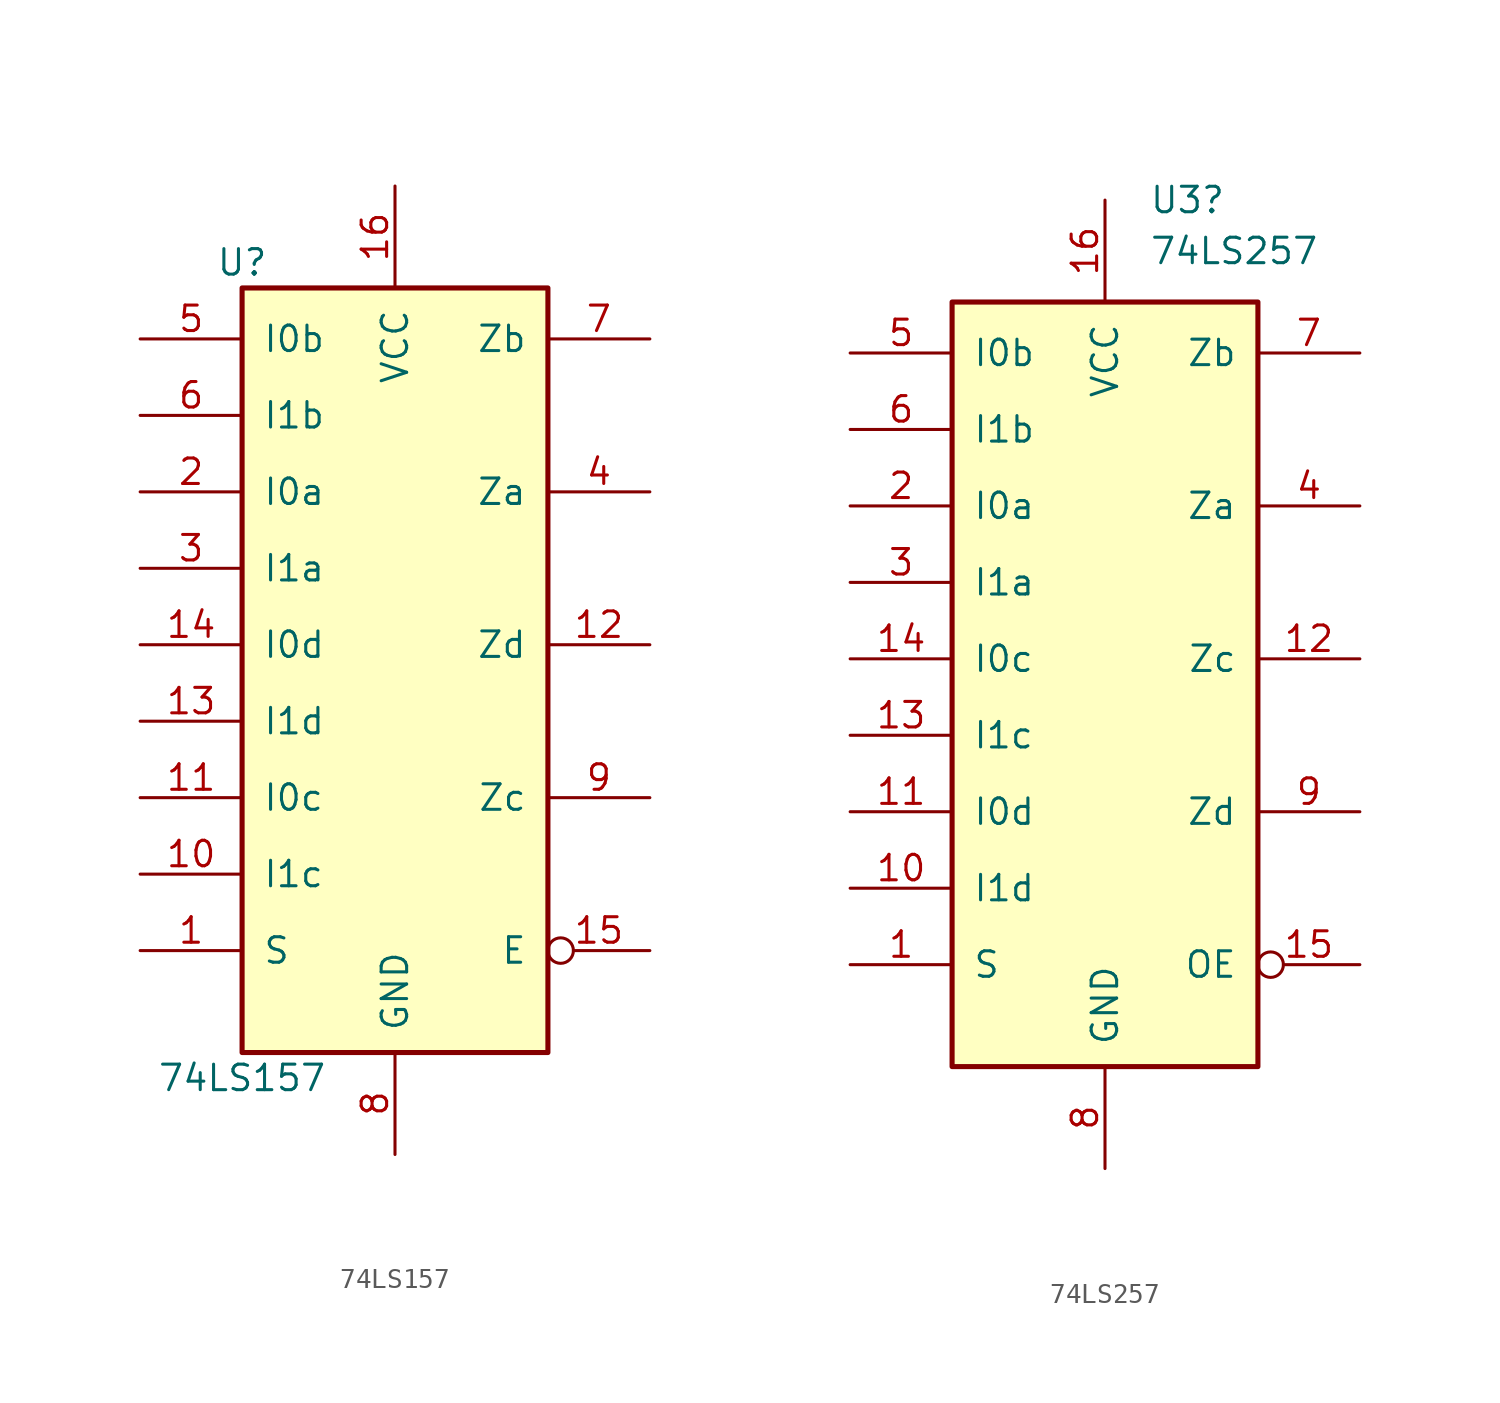
<source format=kicad_sym>
(kicad_symbol_lib
  (version 20231120)
  (generator "kicad_symbol_editor")
  (generator_version "8.0")
  (symbol "74LS157"
    (pin_names
      (offset 1.016))
    (property "Reference" "U"
      (at -7.62 19.05 0)
      (effects (font (size 1.27 1.27))))
    (property "Value" "74LS157"
      (at -7.62 -21.59 0)
      (effects (font (size 1.27 1.27))))
    (property "ki_locked" ""
      (at 0 0 0)
      (effects (font (size 1.27 1.27))))
    (symbol "74LS157_1_0"
      (pin input line (at -12.7 -15.24 0) (length 5.08) (name "S" (effects (font (size 1.27 1.27)))) (number "1" (effects (font (size 1.27 1.27)))))
      (pin input line (at -12.7 -11.43 0) (length 5.08) (name "I1c" (effects (font (size 1.27 1.27)))) (number "10" (effects (font (size 1.27 1.27)))))
      (pin input line (at -12.7 -7.62 0) (length 5.08) (name "I0c" (effects (font (size 1.27 1.27)))) (number "11" (effects (font (size 1.27 1.27)))))
      (pin output line (at 12.7 0 180) (length 5.08) (name "Zd" (effects (font (size 1.27 1.27)))) (number "12" (effects (font (size 1.27 1.27)))))
      (pin input line (at -12.7 -3.81 0) (length 5.08) (name "I1d" (effects (font (size 1.27 1.27)))) (number "13" (effects (font (size 1.27 1.27)))))
      (pin input line (at -12.7 0 0) (length 5.08) (name "I0d" (effects (font (size 1.27 1.27)))) (number "14" (effects (font (size 1.27 1.27)))))
      (pin input inverted (at 12.7 -15.24 180) (length 5.08) (name "E" (effects (font (size 1.27 1.27)))) (number "15" (effects (font (size 1.27 1.27)))))
      (pin power_in line (at 0 22.86 270) (length 5.08) (name "VCC" (effects (font (size 1.27 1.27)))) (number "16" (effects (font (size 1.27 1.27)))))
      (pin input line (at -12.7 7.62 0) (length 5.08) (name "I0a" (effects (font (size 1.27 1.27)))) (number "2" (effects (font (size 1.27 1.27)))))
      (pin input line (at -12.7 3.81 0) (length 5.08) (name "I1a" (effects (font (size 1.27 1.27)))) (number "3" (effects (font (size 1.27 1.27)))))
      (pin output line (at 12.7 7.62 180) (length 5.08) (name "Za" (effects (font (size 1.27 1.27)))) (number "4" (effects (font (size 1.27 1.27)))))
      (pin input line (at -12.7 15.24 0) (length 5.08) (name "I0b" (effects (font (size 1.27 1.27)))) (number "5" (effects (font (size 1.27 1.27)))))
      (pin input line (at -12.7 11.43 0) (length 5.08) (name "I1b" (effects (font (size 1.27 1.27)))) (number "6" (effects (font (size 1.27 1.27)))))
      (pin output line (at 12.7 15.24 180) (length 5.08) (name "Zb" (effects (font (size 1.27 1.27)))) (number "7" (effects (font (size 1.27 1.27)))))
      (pin power_in line (at 0 -25.4 90) (length 5.08) (name "GND" (effects (font (size 1.27 1.27)))) (number "8" (effects (font (size 1.27 1.27)))))
      (pin output line (at 12.7 -7.62 180) (length 5.08) (name "Zc" (effects (font (size 1.27 1.27)))) (number "9" (effects (font (size 1.27 1.27))))))
    (symbol "74LS157_1_1"
      (rectangle (start -7.62 17.78) (end 7.62 -20.32) (stroke (width 0.254) (type default)) (fill (type background)))))
  (symbol "74LS257"
    (pin_names
      (offset 1.016))
    (property "Reference" "U3"
      (at 2.194 22.86 0)
      (effects (font (size 1.27 1.27)) (justify left)))
    (property "Value" "74LS257"
      (at 2.194 20.32 0)
      (effects (font (size 1.27 1.27)) (justify left)))
    (property "ki_locked" ""
      (at 0 0 0)
      (effects (font (size 1.27 1.27))))
    (symbol "74LS257_1_0"
      (pin input line (at -12.7 -15.24 0) (length 5.08) (name "S" (effects (font (size 1.27 1.27)))) (number "1" (effects (font (size 1.27 1.27)))))
      (pin input line (at -12.7 -11.43 0) (length 5.08) (name "I1d" (effects (font (size 1.27 1.27)))) (number "10" (effects (font (size 1.27 1.27)))))
      (pin input line (at -12.7 -7.62 0) (length 5.08) (name "I0d" (effects (font (size 1.27 1.27)))) (number "11" (effects (font (size 1.27 1.27)))))
      (pin tri_state line (at 12.7 0 180) (length 5.08) (name "Zc" (effects (font (size 1.27 1.27)))) (number "12" (effects (font (size 1.27 1.27)))))
      (pin input line (at -12.7 -3.81 0) (length 5.08) (name "I1c" (effects (font (size 1.27 1.27)))) (number "13" (effects (font (size 1.27 1.27)))))
      (pin input line (at -12.7 0 0) (length 5.08) (name "I0c" (effects (font (size 1.27 1.27)))) (number "14" (effects (font (size 1.27 1.27)))))
      (pin input inverted (at 12.7 -15.24 180) (length 5.08) (name "OE" (effects (font (size 1.27 1.27)))) (number "15" (effects (font (size 1.27 1.27)))))
      (pin power_in line (at 0 22.86 270) (length 5.08) (name "VCC" (effects (font (size 1.27 1.27)))) (number "16" (effects (font (size 1.27 1.27)))))
      (pin input line (at -12.7 7.62 0) (length 5.08) (name "I0a" (effects (font (size 1.27 1.27)))) (number "2" (effects (font (size 1.27 1.27)))))
      (pin input line (at -12.7 3.81 0) (length 5.08) (name "I1a" (effects (font (size 1.27 1.27)))) (number "3" (effects (font (size 1.27 1.27)))))
      (pin tri_state line (at 12.7 7.62 180) (length 5.08) (name "Za" (effects (font (size 1.27 1.27)))) (number "4" (effects (font (size 1.27 1.27)))))
      (pin input line (at -12.7 15.24 0) (length 5.08) (name "I0b" (effects (font (size 1.27 1.27)))) (number "5" (effects (font (size 1.27 1.27)))))
      (pin input line (at -12.7 11.43 0) (length 5.08) (name "I1b" (effects (font (size 1.27 1.27)))) (number "6" (effects (font (size 1.27 1.27)))))
      (pin tri_state line (at 12.7 15.24 180) (length 5.08) (name "Zb" (effects (font (size 1.27 1.27)))) (number "7" (effects (font (size 1.27 1.27)))))
      (pin power_in line (at 0 -25.4 90) (length 5.08) (name "GND" (effects (font (size 1.27 1.27)))) (number "8" (effects (font (size 1.27 1.27)))))
      (pin tri_state line (at 12.7 -7.62 180) (length 5.08) (name "Zd" (effects (font (size 1.27 1.27)))) (number "9" (effects (font (size 1.27 1.27))))))
    (symbol "74LS257_1_1"
      (rectangle (start -7.62 17.78) (end 7.62 -20.32) (stroke (width 0.254) (type default)) (fill (type background))))))
</source>
